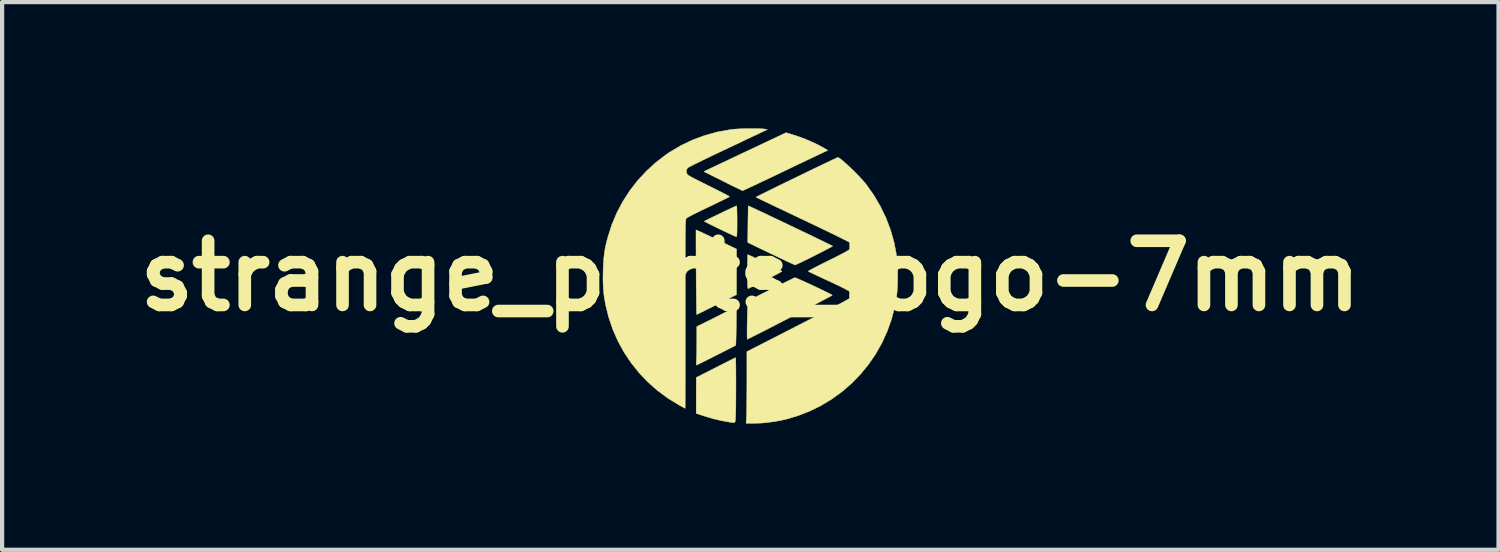
<source format=kicad_pcb>
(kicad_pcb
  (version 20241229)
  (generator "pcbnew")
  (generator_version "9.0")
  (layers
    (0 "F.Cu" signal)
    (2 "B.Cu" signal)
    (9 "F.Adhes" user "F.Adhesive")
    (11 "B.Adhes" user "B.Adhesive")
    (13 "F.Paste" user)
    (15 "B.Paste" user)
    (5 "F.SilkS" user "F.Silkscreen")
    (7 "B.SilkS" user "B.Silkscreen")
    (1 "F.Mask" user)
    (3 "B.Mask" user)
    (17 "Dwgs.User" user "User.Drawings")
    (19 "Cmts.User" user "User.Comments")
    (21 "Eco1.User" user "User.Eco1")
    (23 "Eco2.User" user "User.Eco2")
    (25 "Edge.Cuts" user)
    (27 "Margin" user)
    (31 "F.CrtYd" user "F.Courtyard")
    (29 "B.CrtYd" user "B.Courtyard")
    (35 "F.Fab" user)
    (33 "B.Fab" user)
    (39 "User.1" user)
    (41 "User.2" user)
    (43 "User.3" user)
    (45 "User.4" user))
  (footprint "strange_parts_logo-7mm"
    (layer "F.Cu")
    (at 14.776 3.505)
    (property "Reference" "strange_parts_logo-7mm" (at 0 0 0) (layer "F.SilkS") (effects (font (size 1.524 1.524) (thickness 0.3))))
    (attr through_hole)
    (fp_poly (pts (xy -1.277 -1.088) (xy -1.243 -1.073) (xy -1.189 -1.049) (xy -1.118 -1.016) (xy -1.034 -0.976) (xy -0.938 -0.931) (xy -0.833 -0.881) (xy -0.807 -0.868) (xy -0.328 -0.638) (xy -0.329 0.445) (xy -0.797 0.681) (xy -0.902 0.734) (xy -0.999 0.782) (xy -1.085 0.825) (xy -1.159 0.862) (xy -1.216 0.89) (xy -1.255 0.909) (xy -1.273 0.917) (xy -1.274 0.917) (xy -1.276 0.903) (xy -1.277 0.865) (xy -1.279 0.803) (xy -1.28 0.721) (xy -1.282 0.619) (xy -1.283 0.501) (xy -1.285 0.369) (xy -1.286 0.224) (xy -1.287 0.068) (xy -1.288 -0.085) (xy -1.289 -0.249) (xy -1.29 -0.403) (xy -1.29 -0.548) (xy -1.291 -0.68) (xy -1.291 -0.798) (xy -1.291 -0.899) (xy -1.291 -0.981) (xy -1.291 -1.042) (xy -1.291 -1.08) (xy -1.29 -1.093) (xy -1.277 -1.088)) (stroke (width 0.01) (type solid)) (fill yes) (layer "F.SilkS"))
    (fp_poly (pts (xy -0.349 1.955) (xy -0.347 1.993) (xy -0.346 2.052) (xy -0.344 2.128) (xy -0.343 2.22) (xy -0.343 2.324) (xy -0.342 2.436) (xy -0.342 2.555) (xy -0.342 2.676) (xy -0.343 2.796) (xy -0.343 2.914) (xy -0.344 3.024) (xy -0.345 3.126) (xy -0.346 3.214) (xy -0.348 3.287) (xy -0.35 3.34) (xy -0.351 3.363) (xy -0.354 3.416) (xy -0.359 3.453) (xy -0.368 3.475) (xy -0.388 3.484) (xy -0.422 3.484) (xy -0.474 3.477) (xy -0.538 3.466) (xy -0.705 3.435) (xy -0.884 3.392) (xy -1.066 3.338) (xy -1.118 3.322) (xy -1.286 3.266) (xy -1.286 2.84) (xy -1.285 2.414) (xy -0.822 2.178) (xy -0.718 2.125) (xy -0.622 2.077) (xy -0.536 2.033) (xy -0.464 1.997) (xy -0.407 1.969) (xy -0.368 1.95) (xy -0.351 1.942) (xy -0.351 1.942) (xy -0.349 1.955)) (stroke (width 0.01) (type solid)) (fill yes) (layer "F.SilkS"))
    (fp_poly (pts (xy -0.324 -1.655) (xy -0.32 -1.617) (xy -0.318 -1.556) (xy -0.316 -1.474) (xy -0.315 -1.372) (xy -0.315 -1.301) (xy -0.315 -1.185) (xy -0.316 -1.095) (xy -0.317 -1.026) (xy -0.32 -0.979) (xy -0.323 -0.948) (xy -0.328 -0.933) (xy -0.332 -0.93) (xy -0.348 -0.936) (xy -0.386 -0.953) (xy -0.441 -0.978) (xy -0.512 -1.011) (xy -0.595 -1.05) (xy -0.687 -1.094) (xy -0.722 -1.11) (xy -0.815 -1.155) (xy -0.899 -1.197) (xy -0.972 -1.233) (xy -1.031 -1.263) (xy -1.072 -1.285) (xy -1.092 -1.297) (xy -1.094 -1.298) (xy -1.082 -1.305) (xy -1.05 -1.322) (xy -0.999 -1.347) (xy -0.935 -1.379) (xy -0.86 -1.415) (xy -0.779 -1.454) (xy -0.695 -1.495) (xy -0.612 -1.535) (xy -0.532 -1.572) (xy -0.461 -1.606) (xy -0.401 -1.634) (xy -0.356 -1.654) (xy -0.33 -1.666) (xy -0.328 -1.666) (xy -0.324 -1.655)) (stroke (width 0.01) (type solid)) (fill yes) (layer "F.SilkS"))
    (fp_poly (pts (xy -0.046 -0.5) (xy -0.01 -0.484) (xy 0.043 -0.46) (xy 0.11 -0.428) (xy 0.186 -0.391) (xy 0.27 -0.351) (xy 0.356 -0.309) (xy 0.442 -0.267) (xy 0.524 -0.226) (xy 0.599 -0.189) (xy 0.662 -0.157) (xy 0.711 -0.132) (xy 0.743 -0.115) (xy 0.752 -0.109) (xy 0.741 -0.101) (xy 0.708 -0.082) (xy 0.658 -0.055) (xy 0.593 -0.021) (xy 0.518 0.018) (xy 0.437 0.06) (xy 0.351 0.104) (xy 0.266 0.147) (xy 0.183 0.188) (xy 0.108 0.226) (xy 0.043 0.257) (xy -0.008 0.282) (xy -0.041 0.297) (xy -0.053 0.301) (xy -0.058 0.291) (xy -0.062 0.261) (xy -0.065 0.209) (xy -0.067 0.134) (xy -0.068 0.034) (xy -0.068 -0.092) (xy -0.068 -0.103) (xy -0.068 -0.204) (xy -0.068 -0.297) (xy -0.066 -0.377) (xy -0.065 -0.44) (xy -0.064 -0.484) (xy -0.062 -0.505) (xy -0.061 -0.506) (xy -0.046 -0.5)) (stroke (width 0.01) (type solid)) (fill yes) (layer "F.SilkS"))
    (fp_poly (pts (xy -0.332 0.752) (xy -0.331 0.788) (xy -0.331 0.844) (xy -0.331 0.916) (xy -0.332 1) (xy -0.333 1.092) (xy -0.334 1.187) (xy -0.336 1.284) (xy -0.337 1.376) (xy -0.339 1.461) (xy -0.341 1.535) (xy -0.343 1.593) (xy -0.345 1.633) (xy -0.346 1.649) (xy -0.346 1.649) (xy -0.372 1.663) (xy -0.416 1.686) (xy -0.477 1.717) (xy -0.55 1.754) (xy -0.633 1.796) (xy -0.723 1.842) (xy -0.815 1.888) (xy -0.908 1.935) (xy -0.997 1.98) (xy -1.079 2.021) (xy -1.151 2.057) (xy -1.211 2.087) (xy -1.253 2.108) (xy -1.277 2.119) (xy -1.28 2.12) (xy -1.283 2.107) (xy -1.284 2.074) (xy -1.283 2.025) (xy -1.281 1.995) (xy -1.278 1.945) (xy -1.276 1.873) (xy -1.274 1.785) (xy -1.273 1.688) (xy -1.272 1.586) (xy -1.272 1.537) (xy -1.272 1.204) (xy -0.807 0.972) (xy -0.703 0.919) (xy -0.607 0.871) (xy -0.52 0.829) (xy -0.447 0.793) (xy -0.39 0.765) (xy -0.351 0.746) (xy -0.334 0.739) (xy -0.333 0.739) (xy -0.332 0.752)) (stroke (width 0.01) (type solid)) (fill yes) (layer "F.SilkS"))
    (fp_poly (pts (xy 1.002 -3.357) (xy 1.155 -3.307) (xy 1.314 -3.247) (xy 1.472 -3.179) (xy 1.621 -3.108) (xy 1.753 -3.036) (xy 1.785 -3.017) (xy 1.84 -2.983) (xy 1.723 -2.929) (xy 1.692 -2.914) (xy 1.638 -2.889) (xy 1.564 -2.853) (xy 1.472 -2.81) (xy 1.364 -2.758) (xy 1.244 -2.701) (xy 1.112 -2.638) (xy 0.972 -2.571) (xy 0.826 -2.501) (xy 0.719 -2.45) (xy 0.573 -2.38) (xy 0.434 -2.314) (xy 0.304 -2.252) (xy 0.185 -2.196) (xy 0.08 -2.146) (xy -0.011 -2.104) (xy -0.085 -2.069) (xy -0.139 -2.044) (xy -0.173 -2.03) (xy -0.184 -2.026) (xy -0.199 -2.032) (xy -0.236 -2.049) (xy -0.291 -2.076) (xy -0.363 -2.11) (xy -0.448 -2.152) (xy -0.543 -2.199) (xy -0.646 -2.251) (xy -0.65 -2.253) (xy -1.101 -2.478) (xy -1.06 -2.5) (xy -1.041 -2.509) (xy -1 -2.529) (xy -0.938 -2.559) (xy -0.857 -2.597) (xy -0.759 -2.644) (xy -0.647 -2.697) (xy -0.522 -2.756) (xy -0.387 -2.82) (xy -0.243 -2.888) (xy -0.092 -2.959) (xy -0.085 -2.962) (xy 0.848 -3.403) (xy 1.002 -3.357)) (stroke (width 0.01) (type solid)) (fill yes) (layer "F.SilkS"))
    (fp_poly (pts (xy -0.036 -1.66) (xy -0.001 -1.645) (xy 0.054 -1.619) (xy 0.128 -1.585) (xy 0.217 -1.543) (xy 0.319 -1.495) (xy 0.433 -1.441) (xy 0.555 -1.383) (xy 0.684 -1.322) (xy 0.818 -1.258) (xy 0.954 -1.193) (xy 1.09 -1.128) (xy 1.224 -1.064) (xy 1.353 -1.003) (xy 1.475 -0.944) (xy 1.589 -0.889) (xy 1.691 -0.839) (xy 1.78 -0.796) (xy 1.853 -0.76) (xy 1.908 -0.733) (xy 1.943 -0.715) (xy 1.956 -0.708) (xy 1.956 -0.708) (xy 1.944 -0.7) (xy 1.911 -0.681) (xy 1.86 -0.654) (xy 1.795 -0.62) (xy 1.718 -0.58) (xy 1.633 -0.537) (xy 1.544 -0.492) (xy 1.453 -0.446) (xy 1.365 -0.402) (xy 1.282 -0.362) (xy 1.207 -0.325) (xy 1.145 -0.296) (xy 1.098 -0.274) (xy 1.07 -0.262) (xy 1.064 -0.26) (xy 1.048 -0.266) (xy 1.01 -0.283) (xy 0.953 -0.309) (xy 0.879 -0.343) (xy 0.791 -0.385) (xy 0.691 -0.432) (xy 0.581 -0.485) (xy 0.492 -0.527) (xy -0.062 -0.794) (xy -0.057 -1.228) (xy -0.056 -1.334) (xy -0.054 -1.431) (xy -0.053 -1.515) (xy -0.052 -1.584) (xy -0.051 -1.633) (xy -0.05 -1.661) (xy -0.049 -1.665) (xy -0.036 -1.66)) (stroke (width 0.01) (type solid)) (fill yes) (layer "F.SilkS"))
    (fp_poly (pts (xy 1.08 0.047) (xy 1.12 0.063) (xy 1.176 0.088) (xy 1.246 0.119) (xy 1.327 0.155) (xy 1.414 0.196) (xy 1.505 0.238) (xy 1.595 0.281) (xy 1.682 0.322) (xy 1.763 0.361) (xy 1.833 0.396) (xy 1.889 0.424) (xy 1.928 0.445) (xy 1.946 0.457) (xy 1.947 0.458) (xy 1.935 0.466) (xy 1.902 0.485) (xy 1.848 0.514) (xy 1.776 0.552) (xy 1.689 0.598) (xy 1.588 0.652) (xy 1.476 0.71) (xy 1.355 0.773) (xy 1.227 0.84) (xy 1.095 0.909) (xy 0.959 0.979) (xy 0.824 1.049) (xy 0.69 1.118) (xy 0.56 1.185) (xy 0.437 1.249) (xy 0.322 1.307) (xy 0.217 1.361) (xy 0.125 1.407) (xy 0.048 1.446) (xy -0.012 1.476) (xy -0.052 1.495) (xy -0.071 1.504) (xy -0.072 1.504) (xy -0.075 1.491) (xy -0.076 1.454) (xy -0.077 1.396) (xy -0.077 1.32) (xy -0.077 1.229) (xy -0.075 1.128) (xy -0.074 1.057) (xy -0.071 0.949) (xy -0.069 0.849) (xy -0.066 0.762) (xy -0.063 0.691) (xy -0.06 0.638) (xy -0.058 0.607) (xy -0.056 0.6) (xy -0.04 0.59) (xy -0.003 0.57) (xy 0.052 0.54) (xy 0.123 0.504) (xy 0.206 0.461) (xy 0.299 0.414) (xy 0.397 0.365) (xy 0.499 0.314) (xy 0.6 0.263) (xy 0.699 0.214) (xy 0.792 0.169) (xy 0.876 0.128) (xy 0.948 0.093) (xy 1.004 0.066) (xy 1.043 0.048) (xy 1.061 0.042) (xy 1.061 0.042) (xy 1.08 0.047)) (stroke (width 0.01) (type solid)) (fill yes) (layer "F.SilkS"))
    (fp_poly (pts (xy 0.12 -3.5) (xy 0.208 -3.498) (xy 0.282 -3.495) (xy 0.334 -3.49) (xy 0.342 -3.489) (xy 0.404 -3.479) (xy 0.274 -3.417) (xy 0.238 -3.4) (xy 0.181 -3.372) (xy 0.104 -3.336) (xy 0.009 -3.291) (xy -0.1 -3.24) (xy -0.221 -3.182) (xy -0.351 -3.12) (xy -0.489 -3.055) (xy -0.631 -2.988) (xy -0.657 -2.976) (xy -0.796 -2.91) (xy -0.929 -2.847) (xy -1.052 -2.787) (xy -1.165 -2.732) (xy -1.264 -2.683) (xy -1.348 -2.642) (xy -1.414 -2.608) (xy -1.461 -2.583) (xy -1.486 -2.569) (xy -1.488 -2.567) (xy -1.515 -2.522) (xy -1.519 -2.47) (xy -1.501 -2.418) (xy -1.499 -2.414) (xy -1.485 -2.401) (xy -1.454 -2.38) (xy -1.406 -2.352) (xy -1.339 -2.316) (xy -1.251 -2.271) (xy -1.142 -2.216) (xy -1.01 -2.151) (xy -0.984 -2.138) (xy -0.877 -2.085) (xy -0.778 -2.035) (xy -0.69 -1.99) (xy -0.615 -1.952) (xy -0.556 -1.92) (xy -0.516 -1.898) (xy -0.497 -1.885) (xy -0.496 -1.883) (xy -0.509 -1.875) (xy -0.544 -1.856) (xy -0.599 -1.828) (xy -0.67 -1.793) (xy -0.756 -1.751) (xy -0.853 -1.704) (xy -0.959 -1.653) (xy -0.999 -1.634) (xy -1.149 -1.563) (xy -1.273 -1.502) (xy -1.373 -1.452) (xy -1.447 -1.413) (xy -1.497 -1.385) (xy -1.521 -1.367) (xy -1.522 -1.365) (xy -1.526 -1.36) (xy -1.529 -1.353) (xy -1.531 -1.342) (xy -1.534 -1.327) (xy -1.536 -1.307) (xy -1.538 -1.279) (xy -1.539 -1.243) (xy -1.541 -1.198) (xy -1.542 -1.141) (xy -1.543 -1.073) (xy -1.544 -0.992) (xy -1.545 -0.896) (xy -1.545 -0.784) (xy -1.546 -0.655) (xy -1.546 -0.508) (xy -1.546 -0.342) (xy -1.546 -0.154) (xy -1.546 0.055) (xy -1.546 0.288) (xy -1.546 0.545) (xy -1.546 0.828) (xy -1.546 0.907) (xy -1.546 1.152) (xy -1.546 1.39) (xy -1.546 1.619) (xy -1.546 1.837) (xy -1.546 2.044) (xy -1.546 2.237) (xy -1.546 2.416) (xy -1.546 2.579) (xy -1.547 2.724) (xy -1.547 2.85) (xy -1.547 2.955) (xy -1.548 3.039) (xy -1.548 3.1) (xy -1.549 3.136) (xy -1.549 3.146) (xy -1.562 3.14) (xy -1.594 3.123) (xy -1.64 3.097) (xy -1.696 3.066) (xy -1.702 3.063) (xy -1.964 2.902) (xy -2.21 2.72) (xy -2.438 2.518) (xy -2.646 2.299) (xy -2.834 2.063) (xy -3.002 1.811) (xy -3.147 1.546) (xy -3.269 1.268) (xy -3.367 0.979) (xy -3.439 0.684) (xy -3.462 0.557) (xy -3.48 0.438) (xy -3.491 0.32) (xy -3.498 0.196) (xy -3.5 0.059) (xy -3.498 -0.097) (xy -3.498 -0.107) (xy -3.493 -0.265) (xy -3.483 -0.403) (xy -3.469 -0.529) (xy -3.45 -0.651) (xy -3.423 -0.776) (xy -3.388 -0.911) (xy -3.385 -0.923) (xy -3.291 -1.217) (xy -3.172 -1.499) (xy -3.029 -1.769) (xy -2.864 -2.025) (xy -2.677 -2.266) (xy -2.469 -2.491) (xy -2.242 -2.697) (xy -1.997 -2.885) (xy -1.908 -2.945) (xy -1.645 -3.1) (xy -1.37 -3.231) (xy -1.084 -3.337) (xy -0.787 -3.419) (xy -0.48 -3.475) (xy -0.425 -3.482) (xy -0.36 -3.488) (xy -0.277 -3.493) (xy -0.183 -3.497) (xy -0.081 -3.499) (xy 0.021 -3.5) (xy 0.12 -3.5)) (stroke (width 0.01) (type solid)) (fill yes) (layer "F.SilkS"))
    (fp_poly (pts (xy 2.097 -2.809) (xy 2.133 -2.786) (xy 2.181 -2.748) (xy 2.24 -2.697) (xy 2.306 -2.638) (xy 2.378 -2.57) (xy 2.452 -2.499) (xy 2.525 -2.426) (xy 2.595 -2.353) (xy 2.659 -2.284) (xy 2.715 -2.22) (xy 2.752 -2.175) (xy 2.933 -1.919) (xy 3.09 -1.652) (xy 3.224 -1.374) (xy 3.332 -1.089) (xy 3.415 -0.796) (xy 3.472 -0.499) (xy 3.487 -0.38) (xy 3.495 -0.285) (xy 3.499 -0.171) (xy 3.501 -0.045) (xy 3.5 0.086) (xy 3.497 0.213) (xy 3.49 0.33) (xy 3.482 0.427) (xy 3.481 0.437) (xy 3.43 0.739) (xy 3.353 1.033) (xy 3.251 1.318) (xy 3.126 1.593) (xy 2.978 1.855) (xy 2.807 2.104) (xy 2.615 2.338) (xy 2.403 2.555) (xy 2.172 2.755) (xy 1.922 2.935) (xy 1.922 2.935) (xy 1.668 3.087) (xy 1.403 3.216) (xy 1.13 3.322) (xy 0.851 3.405) (xy 0.568 3.462) (xy 0.286 3.495) (xy 0.084 3.502) (xy -0.1 3.502) (xy -0.091 3.327) (xy -0.089 3.278) (xy -0.088 3.205) (xy -0.086 3.111) (xy -0.085 3.001) (xy -0.084 2.878) (xy -0.083 2.746) (xy -0.082 2.608) (xy -0.082 2.476) (xy -0.082 1.799) (xy 1.118 1.185) (xy 1.337 1.073) (xy 1.536 0.971) (xy 1.714 0.879) (xy 1.872 0.797) (xy 2.009 0.725) (xy 2.124 0.664) (xy 2.216 0.614) (xy 2.286 0.575) (xy 2.333 0.548) (xy 2.355 0.533) (xy 2.356 0.532) (xy 2.387 0.483) (xy 2.391 0.434) (xy 2.368 0.385) (xy 2.356 0.371) (xy 2.331 0.352) (xy 2.281 0.324) (xy 2.206 0.285) (xy 2.107 0.236) (xy 1.982 0.177) (xy 1.853 0.117) (xy 1.748 0.068) (xy 1.65 0.022) (xy 1.563 -0.018) (xy 1.49 -0.053) (xy 1.432 -0.081) (xy 1.393 -0.1) (xy 1.377 -0.109) (xy 1.376 -0.109) (xy 1.386 -0.118) (xy 1.417 -0.137) (xy 1.468 -0.165) (xy 1.536 -0.201) (xy 1.619 -0.244) (xy 1.714 -0.292) (xy 1.818 -0.344) (xy 1.849 -0.359) (xy 1.989 -0.428) (xy 2.104 -0.487) (xy 2.198 -0.535) (xy 2.269 -0.574) (xy 2.32 -0.603) (xy 2.352 -0.625) (xy 2.363 -0.635) (xy 2.39 -0.687) (xy 2.391 -0.739) (xy 2.366 -0.786) (xy 2.356 -0.796) (xy 2.338 -0.807) (xy 2.298 -0.829) (xy 2.236 -0.86) (xy 2.155 -0.901) (xy 2.057 -0.949) (xy 1.943 -1.005) (xy 1.815 -1.067) (xy 1.676 -1.134) (xy 1.527 -1.205) (xy 1.37 -1.28) (xy 1.231 -1.346) (xy 1.069 -1.423) (xy 0.915 -1.496) (xy 0.769 -1.566) (xy 0.633 -1.63) (xy 0.51 -1.689) (xy 0.402 -1.741) (xy 0.309 -1.785) (xy 0.234 -1.822) (xy 0.179 -1.849) (xy 0.145 -1.865) (xy 0.134 -1.871) (xy 0.145 -1.878) (xy 0.178 -1.895) (xy 0.232 -1.923) (xy 0.303 -1.958) (xy 0.39 -2.001) (xy 0.491 -2.051) (xy 0.602 -2.106) (xy 0.723 -2.165) (xy 0.85 -2.227) (xy 0.981 -2.291) (xy 1.115 -2.355) (xy 1.249 -2.42) (xy 1.38 -2.484) (xy 1.506 -2.545) (xy 1.626 -2.602) (xy 1.736 -2.655) (xy 1.836 -2.702) (xy 1.921 -2.743) (xy 1.991 -2.775) (xy 2.042 -2.799) (xy 2.073 -2.813) (xy 2.078 -2.815) (xy 2.097 -2.809)) (stroke (width 0.01) (type solid)) (fill yes) (layer "F.SilkS")))
  (gr_rect
    (start -3 -3)
    (end 32.551 10.012)
    (stroke (width 0.1) (type default))
    (fill no)
    (layer "Edge.Cuts")))
</source>
